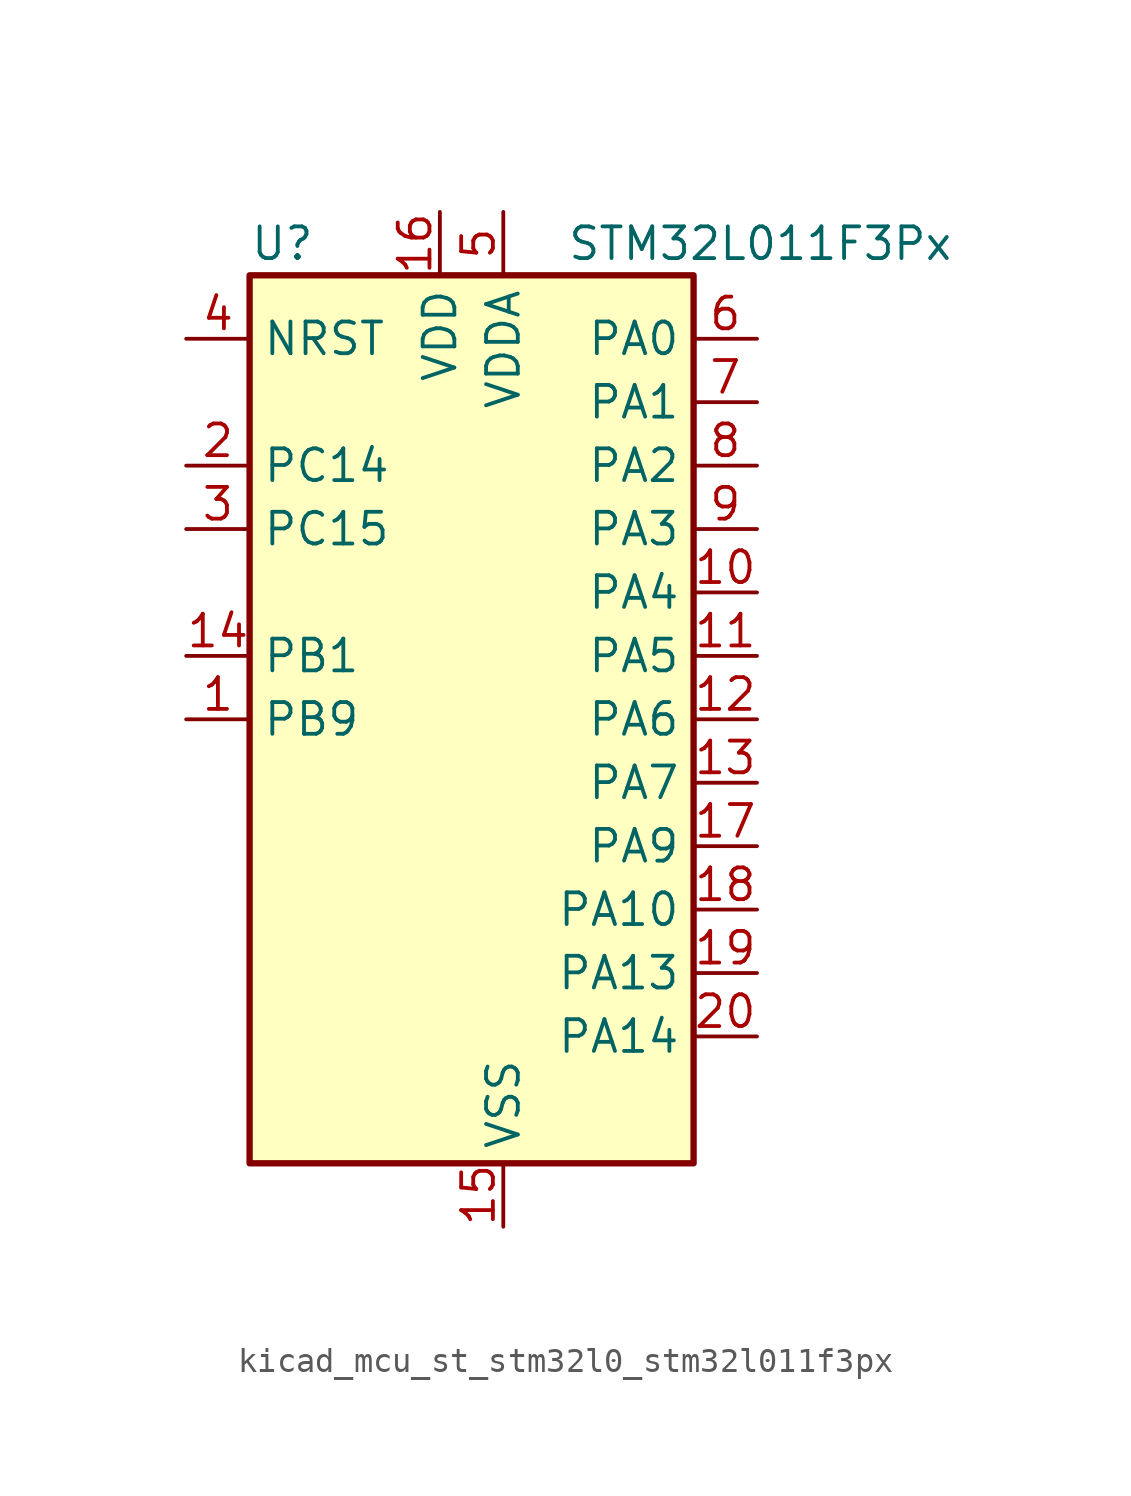
<source format=kicad_sym>
(kicad_symbol_lib
  (version 20220914)
  (generator kicad_symbol_editor)
  (symbol "kicad_mcu_st_stm32l0_stm32l011f3px"
    (property "Reference" "U"
      (at -7.62 19.05 0)
      (effects (font (size 1.27 1.27)) (justify left)))
    (property "Value" "STM32L011F3Px"
      (at 5.08 19.05 0)
      (effects (font (size 1.27 1.27)) (justify left)))
    (property "ki_locked" ""
      (at 0 0 0)
      (effects (font (size 1.27 1.27))))
    (symbol "kicad_mcu_st_stm32l0_stm32l011f3px_0_1"
      (rectangle (start -7.62 -17.78) (end 10.16 17.78) (stroke (width 0.254) (type default)) (fill (type background))))
    (symbol "kicad_mcu_st_stm32l0_stm32l011f3px_1_1"
      (pin bidirectional line (at -10.16 0 0) (length 2.54) (name "PB9" (effects (font (size 1.27 1.27)))) (number "1" (effects (font (size 1.27 1.27)))))
      (pin bidirectional line (at 12.7 5.08 180) (length 2.54) (name "PA4" (effects (font (size 1.27 1.27)))) (number "10" (effects (font (size 1.27 1.27)))) (alternate "ADC_IN4" bidirectional line) (alternate "COMP1_INM" bidirectional line) (alternate "COMP2_INM" bidirectional line) (alternate "COMP2_OUT" bidirectional line) (alternate "I2C1_SCL" bidirectional line) (alternate "LPTIM1_ETR" bidirectional line) (alternate "LPTIM1_IN1" bidirectional line) (alternate "LPUART1_TX" bidirectional line) (alternate "SPI1_NSS" bidirectional line) (alternate "TIM2_ETR" bidirectional line) (alternate "USART2_CK" bidirectional line))
      (pin bidirectional line (at 12.7 2.54 180) (length 2.54) (name "PA5" (effects (font (size 1.27 1.27)))) (number "11" (effects (font (size 1.27 1.27)))) (alternate "ADC_IN5" bidirectional line) (alternate "COMP1_INM" bidirectional line) (alternate "COMP2_INM" bidirectional line) (alternate "LPTIM1_IN2" bidirectional line) (alternate "SPI1_SCK" bidirectional line) (alternate "TIM2_CH1" bidirectional line) (alternate "TIM2_ETR" bidirectional line))
      (pin bidirectional line (at 12.7 0 180) (length 2.54) (name "PA6" (effects (font (size 1.27 1.27)))) (number "12" (effects (font (size 1.27 1.27)))) (alternate "ADC_IN6" bidirectional line) (alternate "COMP1_OUT" bidirectional line) (alternate "LPTIM1_ETR" bidirectional line) (alternate "LPUART1_CTS" bidirectional line) (alternate "SPI1_MISO" bidirectional line))
      (pin bidirectional line (at 12.7 -2.54 180) (length 2.54) (name "PA7" (effects (font (size 1.27 1.27)))) (number "13" (effects (font (size 1.27 1.27)))) (alternate "ADC_IN7" bidirectional line) (alternate "COMP2_INP" bidirectional line) (alternate "COMP2_OUT" bidirectional line) (alternate "LPTIM1_OUT" bidirectional line) (alternate "SPI1_MOSI" bidirectional line) (alternate "TIM21_ETR" bidirectional line) (alternate "USART2_CTS" bidirectional line))
      (pin bidirectional line (at -10.16 2.54 0) (length 2.54) (name "PB1" (effects (font (size 1.27 1.27)))) (number "14" (effects (font (size 1.27 1.27)))) (alternate "ADC_IN9" bidirectional line) (alternate "LPTIM1_IN1" bidirectional line) (alternate "LPUART1_DE" bidirectional line) (alternate "LPUART1_RTS" bidirectional line) (alternate "SPI1_MOSI" bidirectional line) (alternate "SYS_VREF_OUT_PB1" bidirectional line) (alternate "TIM2_CH4" bidirectional line) (alternate "USART2_CK" bidirectional line))
      (pin power_in line (at 2.54 -20.32 90) (length 2.54) (name "VSS" (effects (font (size 1.27 1.27)))) (number "15" (effects (font (size 1.27 1.27)))))
      (pin power_in line (at 0 20.32 270) (length 2.54) (name "VDD" (effects (font (size 1.27 1.27)))) (number "16" (effects (font (size 1.27 1.27)))))
      (pin bidirectional line (at 12.7 -5.08 180) (length 2.54) (name "PA9" (effects (font (size 1.27 1.27)))) (number "17" (effects (font (size 1.27 1.27)))) (alternate "COMP1_OUT" bidirectional line) (alternate "I2C1_SCL" bidirectional line) (alternate "LPTIM1_OUT" bidirectional line) (alternate "RCC_MCO" bidirectional line) (alternate "TIM21_CH2" bidirectional line) (alternate "USART2_TX" bidirectional line))
      (pin bidirectional line (at 12.7 -7.62 180) (length 2.54) (name "PA10" (effects (font (size 1.27 1.27)))) (number "18" (effects (font (size 1.27 1.27)))) (alternate "COMP1_OUT" bidirectional line) (alternate "I2C1_SDA" bidirectional line) (alternate "RTC_REFIN" bidirectional line) (alternate "TIM21_CH1" bidirectional line) (alternate "TIM2_CH3" bidirectional line) (alternate "USART2_RX" bidirectional line))
      (pin bidirectional line (at 12.7 -10.16 180) (length 2.54) (name "PA13" (effects (font (size 1.27 1.27)))) (number "19" (effects (font (size 1.27 1.27)))) (alternate "COMP1_OUT" bidirectional line) (alternate "I2C1_SDA" bidirectional line) (alternate "LPTIM1_ETR" bidirectional line) (alternate "LPUART1_RX" bidirectional line) (alternate "SPI1_SCK" bidirectional line) (alternate "SYS_SWDIO" bidirectional line))
      (pin bidirectional line (at -10.16 10.16 0) (length 2.54) (name "PC14" (effects (font (size 1.27 1.27)))) (number "2" (effects (font (size 1.27 1.27)))) (alternate "RCC_OSC32_IN" bidirectional line))
      (pin bidirectional line (at 12.7 -12.7 180) (length 2.54) (name "PA14" (effects (font (size 1.27 1.27)))) (number "20" (effects (font (size 1.27 1.27)))) (alternate "COMP2_OUT" bidirectional line) (alternate "I2C1_SMBA" bidirectional line) (alternate "LPTIM1_OUT" bidirectional line) (alternate "LPUART1_TX" bidirectional line) (alternate "SPI1_MISO" bidirectional line) (alternate "SYS_SWCLK" bidirectional line) (alternate "USART2_TX" bidirectional line))
      (pin bidirectional line (at -10.16 7.62 0) (length 2.54) (name "PC15" (effects (font (size 1.27 1.27)))) (number "3" (effects (font (size 1.27 1.27)))) (alternate "RCC_OSC32_OUT" bidirectional line))
      (pin input line (at -10.16 15.24 0) (length 2.54) (name "NRST" (effects (font (size 1.27 1.27)))) (number "4" (effects (font (size 1.27 1.27)))))
      (pin power_in line (at 2.54 20.32 270) (length 2.54) (name "VDDA" (effects (font (size 1.27 1.27)))) (number "5" (effects (font (size 1.27 1.27)))))
      (pin bidirectional line (at 12.7 15.24 180) (length 2.54) (name "PA0" (effects (font (size 1.27 1.27)))) (number "6" (effects (font (size 1.27 1.27)))) (alternate "ADC_IN0" bidirectional line) (alternate "COMP1_INM" bidirectional line) (alternate "COMP1_OUT" bidirectional line) (alternate "LPTIM1_IN1" bidirectional line) (alternate "LPUART1_RX" bidirectional line) (alternate "RCC_CK_IN" bidirectional line) (alternate "RTC_TAMP2" bidirectional line) (alternate "SYS_WKUP1" bidirectional line) (alternate "TIM2_CH1" bidirectional line) (alternate "TIM2_ETR" bidirectional line) (alternate "USART2_CTS" bidirectional line) (alternate "USART2_RX" bidirectional line))
      (pin bidirectional line (at 12.7 12.7 180) (length 2.54) (name "PA1" (effects (font (size 1.27 1.27)))) (number "7" (effects (font (size 1.27 1.27)))) (alternate "ADC_IN1" bidirectional line) (alternate "COMP1_INP" bidirectional line) (alternate "I2C1_SMBA" bidirectional line) (alternate "LPTIM1_IN2" bidirectional line) (alternate "LPUART1_TX" bidirectional line) (alternate "TIM21_ETR" bidirectional line) (alternate "TIM2_CH2" bidirectional line) (alternate "USART2_DE" bidirectional line) (alternate "USART2_RTS" bidirectional line))
      (pin bidirectional line (at 12.7 10.16 180) (length 2.54) (name "PA2" (effects (font (size 1.27 1.27)))) (number "8" (effects (font (size 1.27 1.27)))) (alternate "ADC_IN2" bidirectional line) (alternate "COMP2_INM" bidirectional line) (alternate "COMP2_OUT" bidirectional line) (alternate "LPUART1_TX" bidirectional line) (alternate "RTC_OUT_ALARM" bidirectional line) (alternate "RTC_OUT_CALIB" bidirectional line) (alternate "RTC_TAMP3" bidirectional line) (alternate "RTC_TS" bidirectional line) (alternate "SYS_WKUP3" bidirectional line) (alternate "TIM21_CH1" bidirectional line) (alternate "TIM2_CH3" bidirectional line) (alternate "USART2_TX" bidirectional line))
      (pin bidirectional line (at 12.7 7.62 180) (length 2.54) (name "PA3" (effects (font (size 1.27 1.27)))) (number "9" (effects (font (size 1.27 1.27)))) (alternate "ADC_IN3" bidirectional line) (alternate "COMP2_INP" bidirectional line) (alternate "LPUART1_RX" bidirectional line) (alternate "TIM21_CH2" bidirectional line) (alternate "TIM2_CH4" bidirectional line) (alternate "USART2_RX" bidirectional line)))))
</source>
